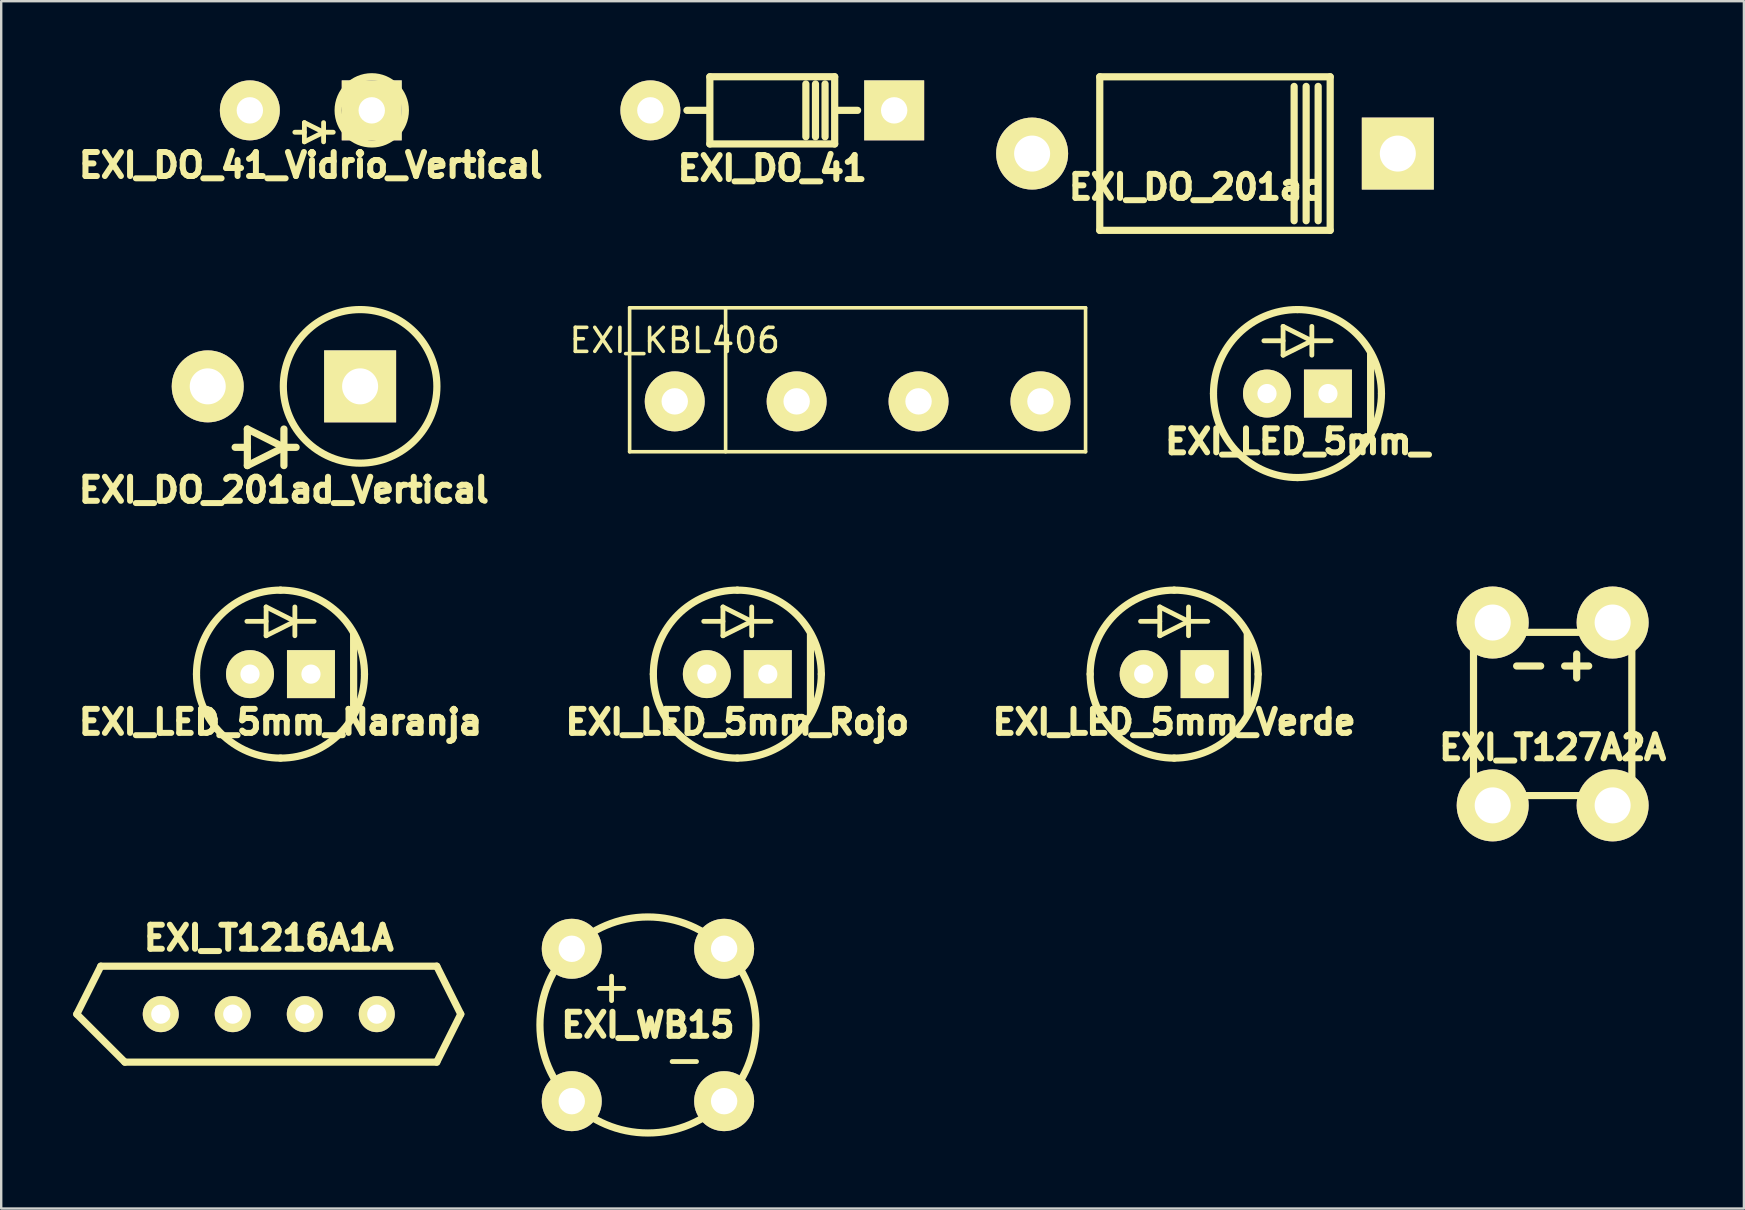
<source format=kicad_pcb>
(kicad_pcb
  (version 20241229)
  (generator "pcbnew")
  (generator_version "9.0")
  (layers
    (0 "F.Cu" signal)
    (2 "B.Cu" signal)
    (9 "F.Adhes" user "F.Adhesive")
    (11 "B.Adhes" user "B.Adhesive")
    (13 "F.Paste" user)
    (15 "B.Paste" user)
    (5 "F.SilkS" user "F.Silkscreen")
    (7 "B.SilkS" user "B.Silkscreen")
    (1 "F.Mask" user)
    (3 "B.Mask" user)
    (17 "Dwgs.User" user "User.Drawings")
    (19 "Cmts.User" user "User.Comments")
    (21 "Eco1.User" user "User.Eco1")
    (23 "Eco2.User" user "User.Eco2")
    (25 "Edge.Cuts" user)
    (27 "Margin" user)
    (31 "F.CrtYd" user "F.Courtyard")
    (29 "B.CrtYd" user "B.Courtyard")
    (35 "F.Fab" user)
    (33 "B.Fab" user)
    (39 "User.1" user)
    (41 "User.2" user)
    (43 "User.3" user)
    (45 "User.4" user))
  (footprint "EXI_LED_5mm_Rojo"
    (layer "F.Cu")
    (at 27.677 25.043)
    (property "Reference" "EXI_LED_5mm_Rojo" (at 0 1.999 0) (layer "F.SilkS") (effects (font (size 1.001 1.001) (thickness 0.251))))
    (attr through_hole)
    (fp_line (start -1.4 -2.2) (end -0.599 -2.2) (stroke (width 0.201) (type solid)) (layer "F.SilkS"))
    (fp_line (start -0.599 -2.799) (end -0.599 -1.598) (stroke (width 0.201) (type solid)) (layer "F.SilkS"))
    (fp_line (start -0.599 -1.6) (end 0.599 -2.2) (stroke (width 0.201) (type solid)) (layer "F.SilkS"))
    (fp_line (start 0.599 -2.197) (end -0.599 -2.799) (stroke (width 0.201) (type solid)) (layer "F.SilkS"))
    (fp_line (start 0.599 -1.6) (end 0.599 -2.799) (stroke (width 0.201) (type solid)) (layer "F.SilkS"))
    (fp_line (start 1.4 -2.2) (end 0.599 -2.2) (stroke (width 0.201) (type solid)) (layer "F.SilkS"))
    (fp_line (start 3.048 -1.651) (end 3.048 1.651) (stroke (width 0.3) (type solid)) (layer "F.SilkS"))
    (fp_arc (start -3.50012 0) (mid -2.474959 -2.474959) (end 0 -3.50012) (stroke (width 0.29972) (type solid)) (layer "F.SilkS"))
    (fp_arc (start 0 -3.50012) (mid 2.474959 -2.474959) (end 3.50012 0) (stroke (width 0.29972) (type solid)) (layer "F.SilkS"))
    (fp_arc (start 0 3.50012) (mid -2.474959 2.474959) (end -3.50012 0) (stroke (width 0.29972) (type solid)) (layer "F.SilkS"))
    (fp_arc (start 3.50012 0) (mid 2.474959 2.474959) (end 0 3.50012) (stroke (width 0.29972) (type solid)) (layer "F.SilkS"))
    (pad "1" thru_hole circle (at -1.27 0) (size 1.999 1.999) (drill 0.8) (layers "*.Cu" "*.Mask" "F.SilkS"))
    (pad "2" thru_hole rect (at 1.27 0) (size 1.999 1.999) (drill 0.8) (layers "*.Cu" "*.Mask" "F.SilkS")))
  (footprint "EXI_LED_5mm_"
    (layer "F.Cu")
    (at 51.02 13.351)
    (property "Reference" "EXI_LED_5mm_" (at 0 1.999 0) (layer "F.SilkS") (effects (font (size 1.001 1.001) (thickness 0.251))))
    (attr through_hole)
    (fp_line (start -1.4 -2.2) (end -0.599 -2.2) (stroke (width 0.201) (type solid)) (layer "F.SilkS"))
    (fp_line (start -0.599 -2.799) (end -0.599 -1.598) (stroke (width 0.201) (type solid)) (layer "F.SilkS"))
    (fp_line (start -0.599 -1.6) (end 0.599 -2.2) (stroke (width 0.201) (type solid)) (layer "F.SilkS"))
    (fp_line (start 0.599 -2.197) (end -0.599 -2.799) (stroke (width 0.201) (type solid)) (layer "F.SilkS"))
    (fp_line (start 0.599 -1.6) (end 0.599 -2.799) (stroke (width 0.201) (type solid)) (layer "F.SilkS"))
    (fp_line (start 1.4 -2.2) (end 0.599 -2.2) (stroke (width 0.201) (type solid)) (layer "F.SilkS"))
    (fp_line (start 3.048 -1.651) (end 3.048 1.651) (stroke (width 0.3) (type solid)) (layer "F.SilkS"))
    (fp_arc (start -3.50012 0) (mid -2.474959 -2.474959) (end 0 -3.50012) (stroke (width 0.29972) (type solid)) (layer "F.SilkS"))
    (fp_arc (start 0 -3.50012) (mid 2.474959 -2.474959) (end 3.50012 0) (stroke (width 0.29972) (type solid)) (layer "F.SilkS"))
    (fp_arc (start 0 3.50012) (mid -2.474959 2.474959) (end -3.50012 0) (stroke (width 0.29972) (type solid)) (layer "F.SilkS"))
    (fp_arc (start 3.50012 0) (mid 2.474959 2.474959) (end 0 3.50012) (stroke (width 0.29972) (type solid)) (layer "F.SilkS"))
    (pad "1" thru_hole circle (at -1.27 0) (size 1.999 1.999) (drill 0.8) (layers "*.Cu" "*.Mask" "F.SilkS"))
    (pad "2" thru_hole rect (at 1.27 0) (size 1.999 1.999) (drill 0.8) (layers "*.Cu" "*.Mask" "F.SilkS")))
  (footprint "EXI_LED_5mm_Verde"
    (layer "F.Cu")
    (at 45.881 25.043)
    (property "Reference" "EXI_LED_5mm_Verde" (at 0 1.999 0) (layer "F.SilkS") (effects (font (size 1.001 1.001) (thickness 0.251))))
    (attr through_hole)
    (fp_line (start -1.4 -2.2) (end -0.599 -2.2) (stroke (width 0.201) (type solid)) (layer "F.SilkS"))
    (fp_line (start -0.599 -2.799) (end -0.599 -1.598) (stroke (width 0.201) (type solid)) (layer "F.SilkS"))
    (fp_line (start -0.599 -1.6) (end 0.599 -2.2) (stroke (width 0.201) (type solid)) (layer "F.SilkS"))
    (fp_line (start 0.599 -2.197) (end -0.599 -2.799) (stroke (width 0.201) (type solid)) (layer "F.SilkS"))
    (fp_line (start 0.599 -1.6) (end 0.599 -2.799) (stroke (width 0.201) (type solid)) (layer "F.SilkS"))
    (fp_line (start 1.4 -2.2) (end 0.599 -2.2) (stroke (width 0.201) (type solid)) (layer "F.SilkS"))
    (fp_line (start 3.048 -1.651) (end 3.048 1.651) (stroke (width 0.3) (type solid)) (layer "F.SilkS"))
    (fp_arc (start -3.50012 0) (mid -2.474959 -2.474959) (end 0 -3.50012) (stroke (width 0.29972) (type solid)) (layer "F.SilkS"))
    (fp_arc (start 0 -3.50012) (mid 2.474959 -2.474959) (end 3.50012 0) (stroke (width 0.29972) (type solid)) (layer "F.SilkS"))
    (fp_arc (start 0 3.50012) (mid -2.474959 2.474959) (end -3.50012 0) (stroke (width 0.29972) (type solid)) (layer "F.SilkS"))
    (fp_arc (start 3.50012 0) (mid 2.474959 2.474959) (end 0 3.50012) (stroke (width 0.29972) (type solid)) (layer "F.SilkS"))
    (pad "1" thru_hole circle (at -1.27 0) (size 1.999 1.999) (drill 0.8) (layers "*.Cu" "*.Mask" "F.SilkS"))
    (pad "2" thru_hole rect (at 1.27 0) (size 1.999 1.999) (drill 0.8) (layers "*.Cu" "*.Mask" "F.SilkS")))
  (footprint "EXI_KBL406"
    (layer "F.Cu")
    (at 32.689 13.676)
    (property "Reference" "EXI_KBL406" (at -7.62 -2.54 0) (layer "F.SilkS") (effects (font (size 1 1) (thickness 0.15))))
    (attr through_hole)
    (fp_line (start -9.5 -3.9) (end 9.5 -3.9) (stroke (width 0.15) (type solid)) (layer "F.SilkS"))
    (fp_line (start -9.5 2.1) (end -9.5 -3.9) (stroke (width 0.15) (type solid)) (layer "F.SilkS"))
    (fp_line (start -5.5 2.1) (end -5.5 -3.9) (stroke (width 0.15) (type solid)) (layer "F.SilkS"))
    (fp_line (start 9.5 -3.9) (end 9.5 2.1) (stroke (width 0.15) (type solid)) (layer "F.SilkS"))
    (fp_line (start 9.5 2.1) (end -9.5 2.1) (stroke (width 0.15) (type solid)) (layer "F.SilkS"))
    (pad "1" thru_hole circle (at -7.62 0) (size 2.499 2.499) (drill 1.1) (layers "*.Cu" "*.Mask" "F.SilkS"))
    (pad "2" thru_hole circle (at -2.54 0) (size 2.499 2.499) (drill 1.1) (layers "*.Cu" "*.Mask" "F.SilkS"))
    (pad "3" thru_hole circle (at 2.54 0) (size 2.499 2.499) (drill 1.1) (layers "*.Cu" "*.Mask" "F.SilkS"))
    (pad "4" thru_hole circle (at 7.62 0) (size 2.499 2.499) (drill 1.1) (layers "*.Cu" "*.Mask" "F.SilkS")))
  (footprint "EXI_T127A2A"
    (layer "F.Cu")
    (at 61.655 26.703)
    (property "Reference" "EXI_T127A2A" (at 0 1.397 0) (layer "F.SilkS") (effects (font (size 1.001 1.001) (thickness 0.305))))
    (attr through_hole)
    (fp_line (start -3.299 -3.401) (end 3.299 -3.401) (stroke (width 0.3) (type solid)) (layer "F.SilkS"))
    (fp_line (start -3.299 3.401) (end -3.299 -3.401) (stroke (width 0.3) (type solid)) (layer "F.SilkS"))
    (fp_line (start -1.501 -1.999) (end -0.5 -1.999) (stroke (width 0.3) (type solid)) (layer "F.SilkS"))
    (fp_line (start 0.5 -1.999) (end 1.501 -1.999) (stroke (width 0.3) (type solid)) (layer "F.SilkS"))
    (fp_line (start 1.001 -2.499) (end 1.001 -1.501) (stroke (width 0.3) (type solid)) (layer "F.SilkS"))
    (fp_line (start 3.299 -3.401) (end 3.299 3.401) (stroke (width 0.3) (type solid)) (layer "F.SilkS"))
    (fp_line (start 3.299 3.401) (end -3.299 3.401) (stroke (width 0.3) (type solid)) (layer "F.SilkS"))
    (pad "1" thru_hole circle (at -2.499 3.81) (size 3 3) (drill 1.501) (layers "*.Cu" "*.Mask" "F.SilkS"))
    (pad "2" thru_hole circle (at 2.499 3.81) (size 3 3) (drill 1.501) (layers "*.Cu" "*.Mask" "F.SilkS"))
    (pad "3" thru_hole circle (at 2.499 -3.81) (size 3 3) (drill 1.501) (layers "*.Cu" "*.Mask" "F.SilkS"))
    (pad "4" thru_hole circle (at -2.499 -3.81) (size 3 3) (drill 1.501) (layers "*.Cu" "*.Mask" "F.SilkS")))
  (footprint "EXI_LED_5mm_Naranja"
    (layer "F.Cu")
    (at 8.639 25.043)
    (property "Reference" "EXI_LED_5mm_Naranja" (at 0 1.999 0) (layer "F.SilkS") (effects (font (size 1.001 1.001) (thickness 0.251))))
    (attr through_hole)
    (fp_line (start -1.4 -2.2) (end -0.599 -2.2) (stroke (width 0.201) (type solid)) (layer "F.SilkS"))
    (fp_line (start -0.599 -2.799) (end -0.599 -1.598) (stroke (width 0.201) (type solid)) (layer "F.SilkS"))
    (fp_line (start -0.599 -1.6) (end 0.599 -2.2) (stroke (width 0.201) (type solid)) (layer "F.SilkS"))
    (fp_line (start 0.599 -2.197) (end -0.599 -2.799) (stroke (width 0.201) (type solid)) (layer "F.SilkS"))
    (fp_line (start 0.599 -1.6) (end 0.599 -2.799) (stroke (width 0.201) (type solid)) (layer "F.SilkS"))
    (fp_line (start 1.4 -2.2) (end 0.599 -2.2) (stroke (width 0.201) (type solid)) (layer "F.SilkS"))
    (fp_line (start 3.048 -1.651) (end 3.048 1.651) (stroke (width 0.3) (type solid)) (layer "F.SilkS"))
    (fp_arc (start -3.50012 0) (mid -2.474959 -2.474959) (end 0 -3.50012) (stroke (width 0.29972) (type solid)) (layer "F.SilkS"))
    (fp_arc (start 0 -3.50012) (mid 2.474959 -2.474959) (end 3.50012 0) (stroke (width 0.29972) (type solid)) (layer "F.SilkS"))
    (fp_arc (start 0 3.50012) (mid -2.474959 2.474959) (end -3.50012 0) (stroke (width 0.29972) (type solid)) (layer "F.SilkS"))
    (fp_arc (start 3.50012 0) (mid 2.474959 2.474959) (end 0 3.50012) (stroke (width 0.29972) (type solid)) (layer "F.SilkS"))
    (pad "1" thru_hole circle (at -1.27 0) (size 1.999 1.999) (drill 0.8) (layers "*.Cu" "*.Mask" "F.SilkS"))
    (pad "2" thru_hole rect (at 1.27 0) (size 1.999 1.999) (drill 0.8) (layers "*.Cu" "*.Mask" "F.SilkS")))
  (footprint "EXI_T1216A1A"
    (layer "F.Cu")
    (at 8.151 39.213)
    (property "Reference" "EXI_T1216A1A" (at 0 -3.175 0) (layer "F.SilkS") (effects (font (size 1.001 1.001) (thickness 0.251))))
    (attr through_hole)
    (fp_line (start -8.001 0) (end -7 -1.999) (stroke (width 0.3) (type solid)) (layer "F.SilkS"))
    (fp_line (start -5.999 1.999) (end -8.001 0) (stroke (width 0.3) (type solid)) (layer "F.SilkS"))
    (fp_line (start -5.999 1.999) (end 7 1.999) (stroke (width 0.3) (type solid)) (layer "F.SilkS"))
    (fp_line (start 7 -1.999) (end -7 -1.999) (stroke (width 0.3) (type solid)) (layer "F.SilkS"))
    (fp_line (start 7 -1.999) (end 8.001 0) (stroke (width 0.3) (type solid)) (layer "F.SilkS"))
    (fp_line (start 8.001 0) (end 7 1.999) (stroke (width 0.3) (type solid)) (layer "F.SilkS"))
    (pad "1" thru_hole circle (at -4.501 0) (size 1.501 1.501) (drill 0.8) (layers "*.Cu" "*.Mask" "F.SilkS"))
    (pad "2" thru_hole circle (at -1.501 0) (size 1.501 1.501) (drill 0.8) (layers "*.Cu" "*.Mask" "F.SilkS"))
    (pad "3" thru_hole circle (at 1.501 0) (size 1.501 1.501) (drill 0.8) (layers "*.Cu" "*.Mask" "F.SilkS"))
    (pad "4" thru_hole circle (at 4.501 0) (size 1.501 1.501) (drill 0.8) (layers "*.Cu" "*.Mask" "F.SilkS")))
  (footprint "EXI_DO_201ad"
    (layer "F.Cu")
    (at 47.582 3.35)
    (property "Reference" "EXI_DO_201ad" (at -0.762 1.397 0) (layer "F.SilkS") (effects (font (size 1.001 1.001) (thickness 0.251))))
    (attr through_hole)
    (fp_line (start -4.801 -3.2) (end -4.801 3.2) (stroke (width 0.3) (type solid)) (layer "F.SilkS"))
    (fp_line (start -4.801 -3.2) (end 4.801 -3.2) (stroke (width 0.3) (type solid)) (layer "F.SilkS"))
    (fp_line (start 3.299 -2.799) (end 3.299 2.799) (stroke (width 0.3) (type solid)) (layer "F.SilkS"))
    (fp_line (start 3.8 -2.799) (end 3.8 2.799) (stroke (width 0.3) (type solid)) (layer "F.SilkS"))
    (fp_line (start 4.3 -2.799) (end 4.3 2.799) (stroke (width 0.3) (type solid)) (layer "F.SilkS"))
    (fp_line (start 4.801 -3.2) (end 4.801 3.2) (stroke (width 0.3) (type solid)) (layer "F.SilkS"))
    (fp_line (start 4.801 3.2) (end -4.801 3.2) (stroke (width 0.3) (type solid)) (layer "F.SilkS"))
    (pad "1" thru_hole circle (at -7.62 0) (size 3 3) (drill 1.501) (layers "*.Cu" "*.Mask" "F.SilkS"))
    (pad "2" thru_hole rect (at 7.62 0) (size 3 3) (drill 1.501) (layers "*.Cu" "*.Mask" "F.SilkS")))
  (footprint "EXI_WB15"
    (layer "F.Cu")
    (at 23.952 39.664)
    (property "Reference" "EXI_WB15" (at 0 0 0) (layer "F.SilkS") (effects (font (size 1.001 1.001) (thickness 0.251))))
    (attr through_hole)
    (fp_line (start -2.024 -1.524) (end -1.008 -1.524) (stroke (width 0.201) (type solid)) (layer "F.SilkS"))
    (fp_line (start -1.516 -2.032) (end -1.516 -1.016) (stroke (width 0.201) (type solid)) (layer "F.SilkS"))
    (fp_line (start 1.008 1.524) (end 2.024 1.524) (stroke (width 0.201) (type solid)) (layer "F.SilkS"))
    (fp_circle (center 0 0) (end 4.501 0) (stroke (width 0.3) (type solid)) (fill no) (layer "F.SilkS"))
    (pad "1" thru_hole circle (at -3.175 -3.175) (size 2.499 2.499) (drill 1.1) (layers "*.Cu" "*.Mask" "F.SilkS"))
    (pad "2" thru_hole circle (at 3.175 -3.175) (size 2.499 2.499) (drill 1.1) (layers "*.Cu" "*.Mask" "F.SilkS"))
    (pad "3" thru_hole circle (at -3.175 3.175) (size 2.499 2.499) (drill 1.1) (layers "*.Cu" "*.Mask" "F.SilkS"))
    (pad "4" thru_hole circle (at 3.175 3.175) (size 2.499 2.499) (drill 1.1) (layers "*.Cu" "*.Mask" "F.SilkS")))
  (footprint "EXI_DO_41_Vidrio_Vertical"
    (layer "F.Cu")
    (at 9.902 1.549)
    (property "Reference" "EXI_DO_41_Vidrio_Vertical" (at 0 2.286 0) (layer "F.SilkS") (effects (font (size 1.001 1.001) (thickness 0.251))))
    (attr through_hole)
    (fp_line (start -0.665 0.912) (end -0.267 0.912) (stroke (width 0.201) (type solid)) (layer "F.SilkS"))
    (fp_line (start -0.267 0.511) (end -0.267 1.311) (stroke (width 0.201) (type solid)) (layer "F.SilkS"))
    (fp_line (start -0.267 1.311) (end 0.533 0.912) (stroke (width 0.201) (type solid)) (layer "F.SilkS"))
    (fp_line (start 0.533 0.511) (end 0.533 1.311) (stroke (width 0.201) (type solid)) (layer "F.SilkS"))
    (fp_line (start 0.533 0.912) (end -0.267 0.511) (stroke (width 0.201) (type solid)) (layer "F.SilkS"))
    (fp_line (start 0.533 0.912) (end 0.935 0.912) (stroke (width 0.201) (type solid)) (layer "F.SilkS"))
    (fp_circle (center 2.54 0) (end 3.94 0) (stroke (width 0.3) (type solid)) (fill no) (layer "F.SilkS"))
    (pad "1" thru_hole circle (at -2.54 0) (size 2.499 2.499) (drill 1.1) (layers "*.Cu" "*.Mask" "F.SilkS"))
    (pad "2" thru_hole rect (at 2.54 0) (size 2.499 2.499) (drill 1.1) (layers "*.Cu" "*.Mask" "F.SilkS")))
  (footprint "EXI_DO_41"
    (layer "F.Cu")
    (at 29.133 1.549)
    (property "Reference" "EXI_DO_41" (at 0 2.413 0) (layer "F.SilkS") (effects (font (size 1.001 1.001) (thickness 0.251))))
    (attr through_hole)
    (fp_line (start -2.667 0) (end -3.556 0) (stroke (width 0.3) (type solid)) (layer "F.SilkS"))
    (fp_line (start -2.601 -1.4) (end -2.601 1.4) (stroke (width 0.3) (type solid)) (layer "F.SilkS"))
    (fp_line (start -2.601 -1.4) (end 2.601 -1.4) (stroke (width 0.3) (type solid)) (layer "F.SilkS"))
    (fp_line (start -2.601 1.4) (end 2.601 1.4) (stroke (width 0.3) (type solid)) (layer "F.SilkS"))
    (fp_line (start 1.4 -1.1) (end 1.4 1.1) (stroke (width 0.3) (type solid)) (layer "F.SilkS"))
    (fp_line (start 1.801 -1.1) (end 1.801 1.1) (stroke (width 0.3) (type solid)) (layer "F.SilkS"))
    (fp_line (start 2.2 -1.1) (end 2.2 1.1) (stroke (width 0.3) (type solid)) (layer "F.SilkS"))
    (fp_line (start 2.601 -1.4) (end 2.601 1.4) (stroke (width 0.3) (type solid)) (layer "F.SilkS"))
    (fp_line (start 2.667 0) (end 3.556 0) (stroke (width 0.3) (type solid)) (layer "F.SilkS"))
    (pad "1" thru_hole circle (at -5.08 0) (size 2.499 2.499) (drill 1.1) (layers "*.Cu" "*.Mask" "F.SilkS"))
    (pad "2" thru_hole rect (at 5.08 0) (size 2.499 2.499) (drill 1.1) (layers "*.Cu" "*.Mask" "F.SilkS")))
  (footprint "EXI_DO_201ad_Vertical"
    (layer "F.Cu")
    (at 8.782 13.051)
    (property "Reference" "EXI_DO_201ad_Vertical" (at 0 4.318 0) (layer "F.SilkS") (effects (font (size 1.001 1.001) (thickness 0.251))))
    (attr through_hole)
    (fp_line (start -1.524 1.778) (end -1.524 3.302) (stroke (width 0.3) (type solid)) (layer "F.SilkS"))
    (fp_line (start -1.524 2.54) (end -2.032 2.54) (stroke (width 0.3) (type solid)) (layer "F.SilkS"))
    (fp_line (start -1.524 3.302) (end 0 2.54) (stroke (width 0.3) (type solid)) (layer "F.SilkS"))
    (fp_line (start 0 1.778) (end 0 3.302) (stroke (width 0.3) (type solid)) (layer "F.SilkS"))
    (fp_line (start 0 2.54) (end -1.524 1.778) (stroke (width 0.3) (type solid)) (layer "F.SilkS"))
    (fp_line (start 0 2.54) (end 0.508 2.54) (stroke (width 0.3) (type solid)) (layer "F.SilkS"))
    (fp_circle (center 3.175 0) (end 6.375 0) (stroke (width 0.3) (type solid)) (fill no) (layer "F.SilkS"))
    (pad "1" thru_hole circle (at -3.175 0) (size 3 3) (drill 1.501) (layers "*.Cu" "*.Mask" "F.SilkS"))
    (pad "2" thru_hole rect (at 3.175 0) (size 3 3) (drill 1.501) (layers "*.Cu" "*.Mask" "F.SilkS")))
  (gr_rect
    (start -3 -3)
    (end 69.625 47.315)
    (stroke (width 0.1) (type default))
    (fill no)
    (layer "Edge.Cuts")))
</source>
